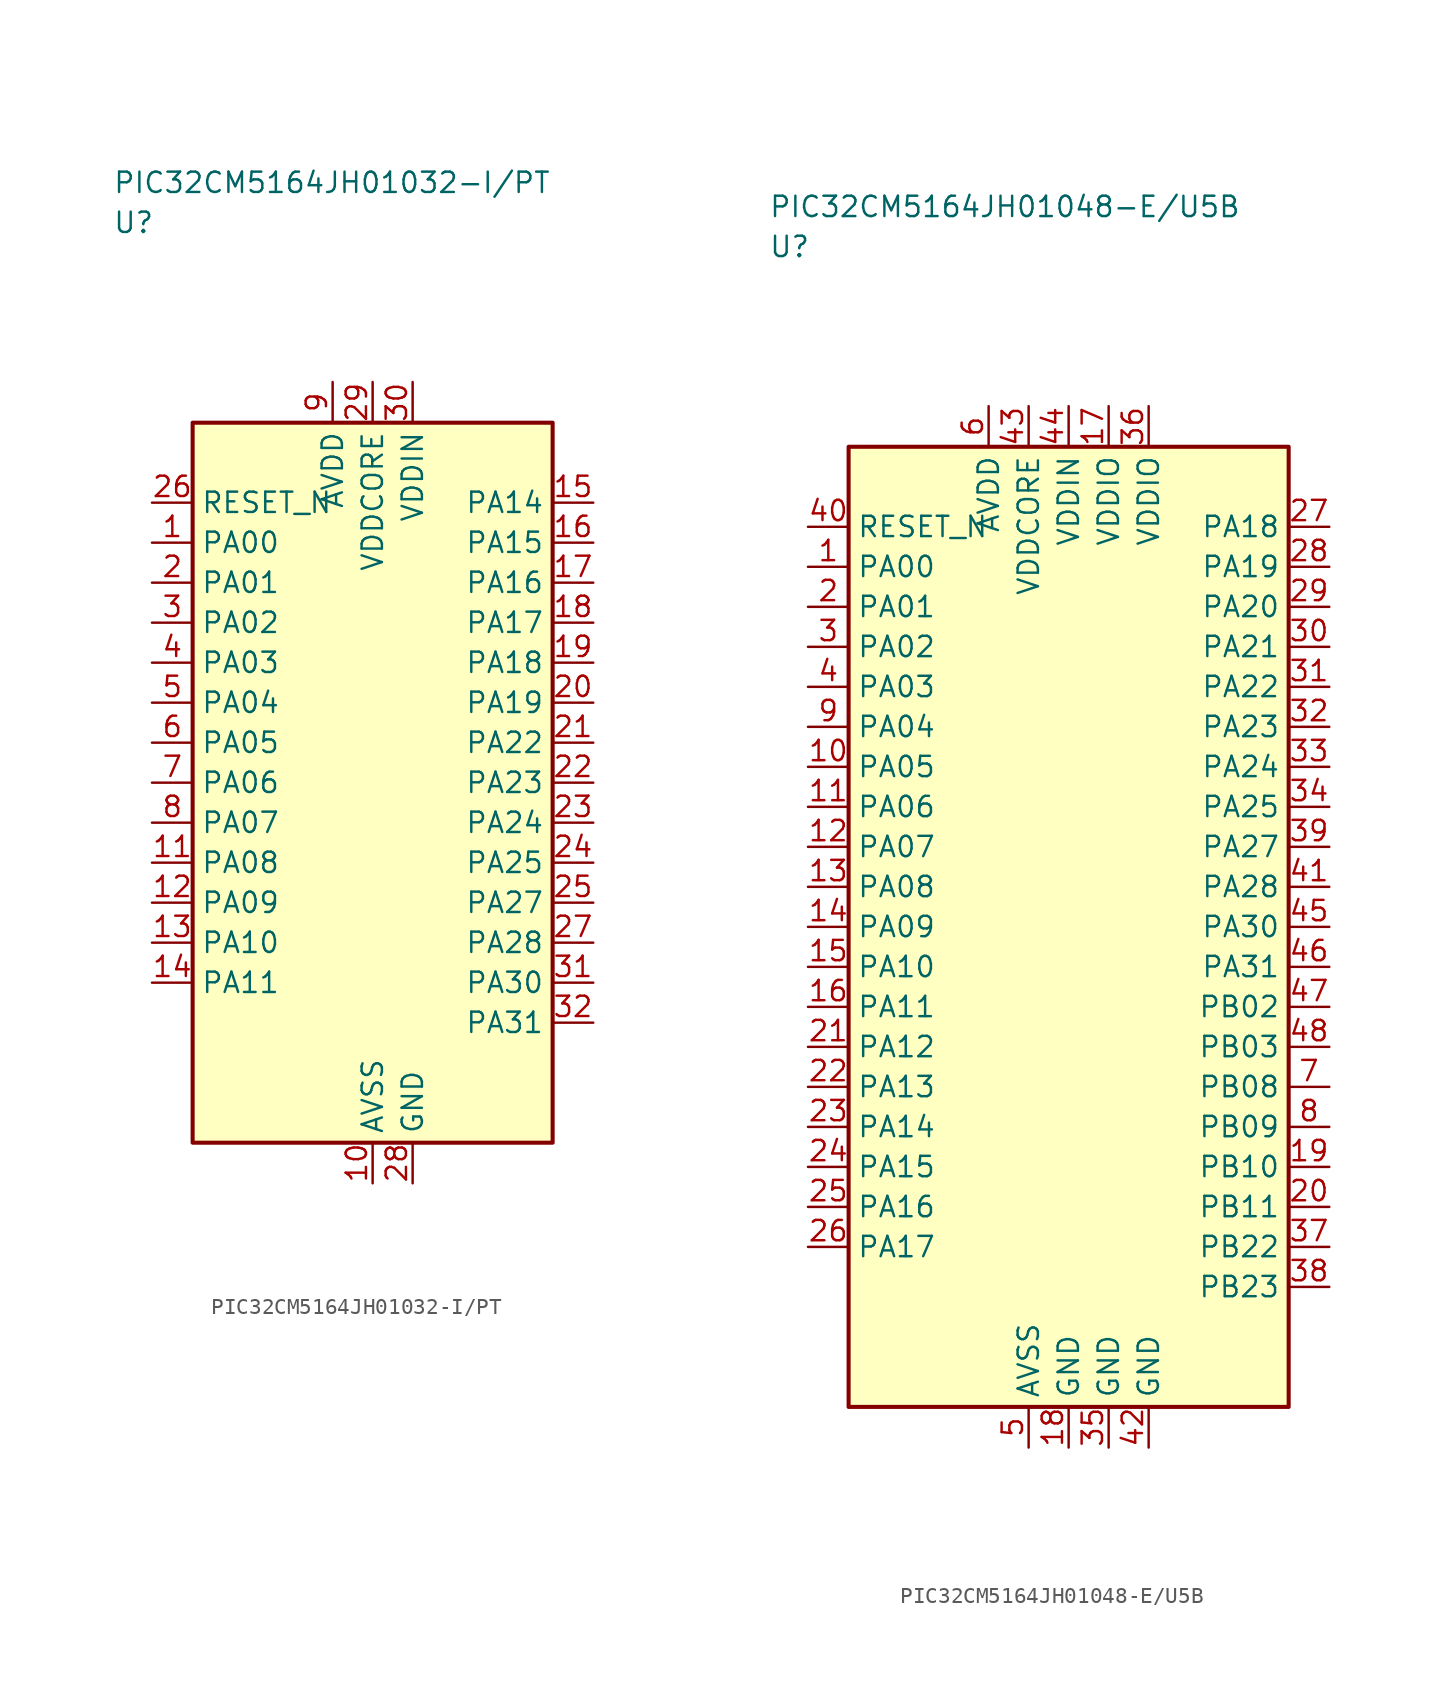
<source format=kicad_sym>
(kicad_symbol_lib
  (version 20241025)
  (generator "kicad_symbol_editor")
  (generator_version "8.0")
  (symbol "PIC32CM5164JH01032-I/PT"
    (property "Reference" "U"
      (at -16.25 35.0 0)
      (effects (font (size 1.27 1.27)) (justify left)))
    (property "Value" "PIC32CM5164JH01032-I/PT"
      (at -16.25 37.5 0)
      (effects (font (size 1.27 1.27)) (justify left)))
    (symbol "PIC32CM5164JH01032-I/PT_0_1"
      (rectangle (start -11.25 22.5) (end 11.25 -22.5) (stroke (width 0.254) (type default)) (fill (type background))))
    (symbol "PIC32CM5164JH01032-I/PT_1_1"
      (pin bidirectional line (at -13.79 15.0 0.0) (length 2.54) (name "PA00" (effects (font (size 1.27 1.27)))) (number "1" (effects (font (size 1.27 1.27)))))
      (pin bidirectional line (at -13.79 12.5 0.0) (length 2.54) (name "PA01" (effects (font (size 1.27 1.27)))) (number "2" (effects (font (size 1.27 1.27)))))
      (pin bidirectional line (at -13.79 10.0 0.0) (length 2.54) (name "PA02" (effects (font (size 1.27 1.27)))) (number "3" (effects (font (size 1.27 1.27)))))
      (pin bidirectional line (at -13.79 7.5 0.0) (length 2.54) (name "PA03" (effects (font (size 1.27 1.27)))) (number "4" (effects (font (size 1.27 1.27)))))
      (pin bidirectional line (at -13.79 5.0 0.0) (length 2.54) (name "PA04" (effects (font (size 1.27 1.27)))) (number "5" (effects (font (size 1.27 1.27)))))
      (pin bidirectional line (at -13.79 2.5 0.0) (length 2.54) (name "PA05" (effects (font (size 1.27 1.27)))) (number "6" (effects (font (size 1.27 1.27)))))
      (pin bidirectional line (at -13.79 0.0 0.0) (length 2.54) (name "PA06" (effects (font (size 1.27 1.27)))) (number "7" (effects (font (size 1.27 1.27)))))
      (pin bidirectional line (at -13.79 -2.5 0.0) (length 2.54) (name "PA07" (effects (font (size 1.27 1.27)))) (number "8" (effects (font (size 1.27 1.27)))))
      (pin power_in line (at -2.5 25.04 270.0) (length 2.54) (name "AVDD" (effects (font (size 1.27 1.27)))) (number "9" (effects (font (size 1.27 1.27)))))
      (pin passive line (at 0.0 -25.04 90.0) (length 2.54) (name "AVSS" (effects (font (size 1.27 1.27)))) (number "10" (effects (font (size 1.27 1.27)))))
      (pin bidirectional line (at -13.79 -5.0 0.0) (length 2.54) (name "PA08" (effects (font (size 1.27 1.27)))) (number "11" (effects (font (size 1.27 1.27)))))
      (pin bidirectional line (at -13.79 -7.5 0.0) (length 2.54) (name "PA09" (effects (font (size 1.27 1.27)))) (number "12" (effects (font (size 1.27 1.27)))))
      (pin bidirectional line (at -13.79 -10.0 0.0) (length 2.54) (name "PA10" (effects (font (size 1.27 1.27)))) (number "13" (effects (font (size 1.27 1.27)))))
      (pin bidirectional line (at -13.79 -12.5 0.0) (length 2.54) (name "PA11" (effects (font (size 1.27 1.27)))) (number "14" (effects (font (size 1.27 1.27)))))
      (pin bidirectional line (at 13.79 17.5 180.0) (length 2.54) (name "PA14" (effects (font (size 1.27 1.27)))) (number "15" (effects (font (size 1.27 1.27)))))
      (pin bidirectional line (at 13.79 15.0 180.0) (length 2.54) (name "PA15" (effects (font (size 1.27 1.27)))) (number "16" (effects (font (size 1.27 1.27)))))
      (pin bidirectional line (at 13.79 12.5 180.0) (length 2.54) (name "PA16" (effects (font (size 1.27 1.27)))) (number "17" (effects (font (size 1.27 1.27)))))
      (pin bidirectional line (at 13.79 10.0 180.0) (length 2.54) (name "PA17" (effects (font (size 1.27 1.27)))) (number "18" (effects (font (size 1.27 1.27)))))
      (pin bidirectional line (at 13.79 7.5 180.0) (length 2.54) (name "PA18" (effects (font (size 1.27 1.27)))) (number "19" (effects (font (size 1.27 1.27)))))
      (pin bidirectional line (at 13.79 5.0 180.0) (length 2.54) (name "PA19" (effects (font (size 1.27 1.27)))) (number "20" (effects (font (size 1.27 1.27)))))
      (pin bidirectional line (at 13.79 2.5 180.0) (length 2.54) (name "PA22" (effects (font (size 1.27 1.27)))) (number "21" (effects (font (size 1.27 1.27)))))
      (pin bidirectional line (at 13.79 0.0 180.0) (length 2.54) (name "PA23" (effects (font (size 1.27 1.27)))) (number "22" (effects (font (size 1.27 1.27)))))
      (pin bidirectional line (at 13.79 -2.5 180.0) (length 2.54) (name "PA24" (effects (font (size 1.27 1.27)))) (number "23" (effects (font (size 1.27 1.27)))))
      (pin bidirectional line (at 13.79 -5.0 180.0) (length 2.54) (name "PA25" (effects (font (size 1.27 1.27)))) (number "24" (effects (font (size 1.27 1.27)))))
      (pin bidirectional line (at 13.79 -7.5 180.0) (length 2.54) (name "PA27" (effects (font (size 1.27 1.27)))) (number "25" (effects (font (size 1.27 1.27)))))
      (pin input line (at -13.79 17.5 0.0) (length 2.54) (name "RESET_N" (effects (font (size 1.27 1.27)))) (number "26" (effects (font (size 1.27 1.27)))))
      (pin bidirectional line (at 13.79 -10.0 180.0) (length 2.54) (name "PA28" (effects (font (size 1.27 1.27)))) (number "27" (effects (font (size 1.27 1.27)))))
      (pin passive line (at 2.5 -25.04 90.0) (length 2.54) (name "GND" (effects (font (size 1.27 1.27)))) (number "28" (effects (font (size 1.27 1.27)))))
      (pin power_in line (at 0.0 25.04 270.0) (length 2.54) (name "VDDCORE" (effects (font (size 1.27 1.27)))) (number "29" (effects (font (size 1.27 1.27)))))
      (pin power_in line (at 2.5 25.04 270.0) (length 2.54) (name "VDDIN" (effects (font (size 1.27 1.27)))) (number "30" (effects (font (size 1.27 1.27)))))
      (pin bidirectional line (at 13.79 -12.5 180.0) (length 2.54) (name "PA30" (effects (font (size 1.27 1.27)))) (number "31" (effects (font (size 1.27 1.27)))))
      (pin bidirectional line (at 13.79 -15.0 180.0) (length 2.54) (name "PA31" (effects (font (size 1.27 1.27)))) (number "32" (effects (font (size 1.27 1.27)))))))
  (symbol "PIC32CM5164JH01048-E/U5B"
    (property "Reference" "U"
      (at -18.75 42.5 0)
      (effects (font (size 1.27 1.27)) (justify left)))
    (property "Value" "PIC32CM5164JH01048-E/U5B"
      (at -18.75 45.0 0)
      (effects (font (size 1.27 1.27)) (justify left)))
    (symbol "PIC32CM5164JH01048-E/U5B_0_1"
      (rectangle (start -13.75 30.0) (end 13.75 -30.0) (stroke (width 0.254) (type default)) (fill (type background))))
    (symbol "PIC32CM5164JH01048-E/U5B_1_1"
      (pin bidirectional line (at -16.29 22.5 0.0) (length 2.54) (name "PA00" (effects (font (size 1.27 1.27)))) (number "1" (effects (font (size 1.27 1.27)))))
      (pin bidirectional line (at -16.29 20.0 0.0) (length 2.54) (name "PA01" (effects (font (size 1.27 1.27)))) (number "2" (effects (font (size 1.27 1.27)))))
      (pin bidirectional line (at -16.29 17.5 0.0) (length 2.54) (name "PA02" (effects (font (size 1.27 1.27)))) (number "3" (effects (font (size 1.27 1.27)))))
      (pin bidirectional line (at -16.29 15.0 0.0) (length 2.54) (name "PA03" (effects (font (size 1.27 1.27)))) (number "4" (effects (font (size 1.27 1.27)))))
      (pin passive line (at -2.5 -32.54 90.0) (length 2.54) (name "AVSS" (effects (font (size 1.27 1.27)))) (number "5" (effects (font (size 1.27 1.27)))))
      (pin power_in line (at -5.0 32.54 270.0) (length 2.54) (name "AVDD" (effects (font (size 1.27 1.27)))) (number "6" (effects (font (size 1.27 1.27)))))
      (pin bidirectional line (at 16.29 -10.0 180.0) (length 2.54) (name "PB08" (effects (font (size 1.27 1.27)))) (number "7" (effects (font (size 1.27 1.27)))))
      (pin bidirectional line (at 16.29 -12.5 180.0) (length 2.54) (name "PB09" (effects (font (size 1.27 1.27)))) (number "8" (effects (font (size 1.27 1.27)))))
      (pin bidirectional line (at -16.29 12.5 0.0) (length 2.54) (name "PA04" (effects (font (size 1.27 1.27)))) (number "9" (effects (font (size 1.27 1.27)))))
      (pin bidirectional line (at -16.29 10.0 0.0) (length 2.54) (name "PA05" (effects (font (size 1.27 1.27)))) (number "10" (effects (font (size 1.27 1.27)))))
      (pin bidirectional line (at -16.29 7.5 0.0) (length 2.54) (name "PA06" (effects (font (size 1.27 1.27)))) (number "11" (effects (font (size 1.27 1.27)))))
      (pin bidirectional line (at -16.29 5.0 0.0) (length 2.54) (name "PA07" (effects (font (size 1.27 1.27)))) (number "12" (effects (font (size 1.27 1.27)))))
      (pin bidirectional line (at -16.29 2.5 0.0) (length 2.54) (name "PA08" (effects (font (size 1.27 1.27)))) (number "13" (effects (font (size 1.27 1.27)))))
      (pin bidirectional line (at -16.29 0.0 0.0) (length 2.54) (name "PA09" (effects (font (size 1.27 1.27)))) (number "14" (effects (font (size 1.27 1.27)))))
      (pin bidirectional line (at -16.29 -2.5 0.0) (length 2.54) (name "PA10" (effects (font (size 1.27 1.27)))) (number "15" (effects (font (size 1.27 1.27)))))
      (pin bidirectional line (at -16.29 -5.0 0.0) (length 2.54) (name "PA11" (effects (font (size 1.27 1.27)))) (number "16" (effects (font (size 1.27 1.27)))))
      (pin power_in line (at 2.5 32.54 270.0) (length 2.54) (name "VDDIO" (effects (font (size 1.27 1.27)))) (number "17" (effects (font (size 1.27 1.27)))))
      (pin passive line (at 0.0 -32.54 90.0) (length 2.54) (name "GND" (effects (font (size 1.27 1.27)))) (number "18" (effects (font (size 1.27 1.27)))))
      (pin bidirectional line (at 16.29 -15.0 180.0) (length 2.54) (name "PB10" (effects (font (size 1.27 1.27)))) (number "19" (effects (font (size 1.27 1.27)))))
      (pin bidirectional line (at 16.29 -17.5 180.0) (length 2.54) (name "PB11" (effects (font (size 1.27 1.27)))) (number "20" (effects (font (size 1.27 1.27)))))
      (pin bidirectional line (at -16.29 -7.5 0.0) (length 2.54) (name "PA12" (effects (font (size 1.27 1.27)))) (number "21" (effects (font (size 1.27 1.27)))))
      (pin bidirectional line (at -16.29 -10.0 0.0) (length 2.54) (name "PA13" (effects (font (size 1.27 1.27)))) (number "22" (effects (font (size 1.27 1.27)))))
      (pin bidirectional line (at -16.29 -12.5 0.0) (length 2.54) (name "PA14" (effects (font (size 1.27 1.27)))) (number "23" (effects (font (size 1.27 1.27)))))
      (pin bidirectional line (at -16.29 -15.0 0.0) (length 2.54) (name "PA15" (effects (font (size 1.27 1.27)))) (number "24" (effects (font (size 1.27 1.27)))))
      (pin bidirectional line (at -16.29 -17.5 0.0) (length 2.54) (name "PA16" (effects (font (size 1.27 1.27)))) (number "25" (effects (font (size 1.27 1.27)))))
      (pin bidirectional line (at -16.29 -20.0 0.0) (length 2.54) (name "PA17" (effects (font (size 1.27 1.27)))) (number "26" (effects (font (size 1.27 1.27)))))
      (pin bidirectional line (at 16.29 25.0 180.0) (length 2.54) (name "PA18" (effects (font (size 1.27 1.27)))) (number "27" (effects (font (size 1.27 1.27)))))
      (pin bidirectional line (at 16.29 22.5 180.0) (length 2.54) (name "PA19" (effects (font (size 1.27 1.27)))) (number "28" (effects (font (size 1.27 1.27)))))
      (pin bidirectional line (at 16.29 20.0 180.0) (length 2.54) (name "PA20" (effects (font (size 1.27 1.27)))) (number "29" (effects (font (size 1.27 1.27)))))
      (pin bidirectional line (at 16.29 17.5 180.0) (length 2.54) (name "PA21" (effects (font (size 1.27 1.27)))) (number "30" (effects (font (size 1.27 1.27)))))
      (pin bidirectional line (at 16.29 15.0 180.0) (length 2.54) (name "PA22" (effects (font (size 1.27 1.27)))) (number "31" (effects (font (size 1.27 1.27)))))
      (pin bidirectional line (at 16.29 12.5 180.0) (length 2.54) (name "PA23" (effects (font (size 1.27 1.27)))) (number "32" (effects (font (size 1.27 1.27)))))
      (pin bidirectional line (at 16.29 10.0 180.0) (length 2.54) (name "PA24" (effects (font (size 1.27 1.27)))) (number "33" (effects (font (size 1.27 1.27)))))
      (pin bidirectional line (at 16.29 7.5 180.0) (length 2.54) (name "PA25" (effects (font (size 1.27 1.27)))) (number "34" (effects (font (size 1.27 1.27)))))
      (pin passive line (at 2.5 -32.54 90.0) (length 2.54) (name "GND" (effects (font (size 1.27 1.27)))) (number "35" (effects (font (size 1.27 1.27)))))
      (pin power_in line (at 5.0 32.54 270.0) (length 2.54) (name "VDDIO" (effects (font (size 1.27 1.27)))) (number "36" (effects (font (size 1.27 1.27)))))
      (pin bidirectional line (at 16.29 -20.0 180.0) (length 2.54) (name "PB22" (effects (font (size 1.27 1.27)))) (number "37" (effects (font (size 1.27 1.27)))))
      (pin bidirectional line (at 16.29 -22.5 180.0) (length 2.54) (name "PB23" (effects (font (size 1.27 1.27)))) (number "38" (effects (font (size 1.27 1.27)))))
      (pin bidirectional line (at 16.29 5.0 180.0) (length 2.54) (name "PA27" (effects (font (size 1.27 1.27)))) (number "39" (effects (font (size 1.27 1.27)))))
      (pin input line (at -16.29 25.0 0.0) (length 2.54) (name "RESET_N" (effects (font (size 1.27 1.27)))) (number "40" (effects (font (size 1.27 1.27)))))
      (pin bidirectional line (at 16.29 2.5 180.0) (length 2.54) (name "PA28" (effects (font (size 1.27 1.27)))) (number "41" (effects (font (size 1.27 1.27)))))
      (pin passive line (at 5.0 -32.54 90.0) (length 2.54) (name "GND" (effects (font (size 1.27 1.27)))) (number "42" (effects (font (size 1.27 1.27)))))
      (pin power_in line (at -2.5 32.54 270.0) (length 2.54) (name "VDDCORE" (effects (font (size 1.27 1.27)))) (number "43" (effects (font (size 1.27 1.27)))))
      (pin power_in line (at 0.0 32.54 270.0) (length 2.54) (name "VDDIN" (effects (font (size 1.27 1.27)))) (number "44" (effects (font (size 1.27 1.27)))))
      (pin bidirectional line (at 16.29 0.0 180.0) (length 2.54) (name "PA30" (effects (font (size 1.27 1.27)))) (number "45" (effects (font (size 1.27 1.27)))))
      (pin bidirectional line (at 16.29 -2.5 180.0) (length 2.54) (name "PA31" (effects (font (size 1.27 1.27)))) (number "46" (effects (font (size 1.27 1.27)))))
      (pin bidirectional line (at 16.29 -5.0 180.0) (length 2.54) (name "PB02" (effects (font (size 1.27 1.27)))) (number "47" (effects (font (size 1.27 1.27)))))
      (pin bidirectional line (at 16.29 -7.5 180.0) (length 2.54) (name "PB03" (effects (font (size 1.27 1.27)))) (number "48" (effects (font (size 1.27 1.27))))))))
</source>
